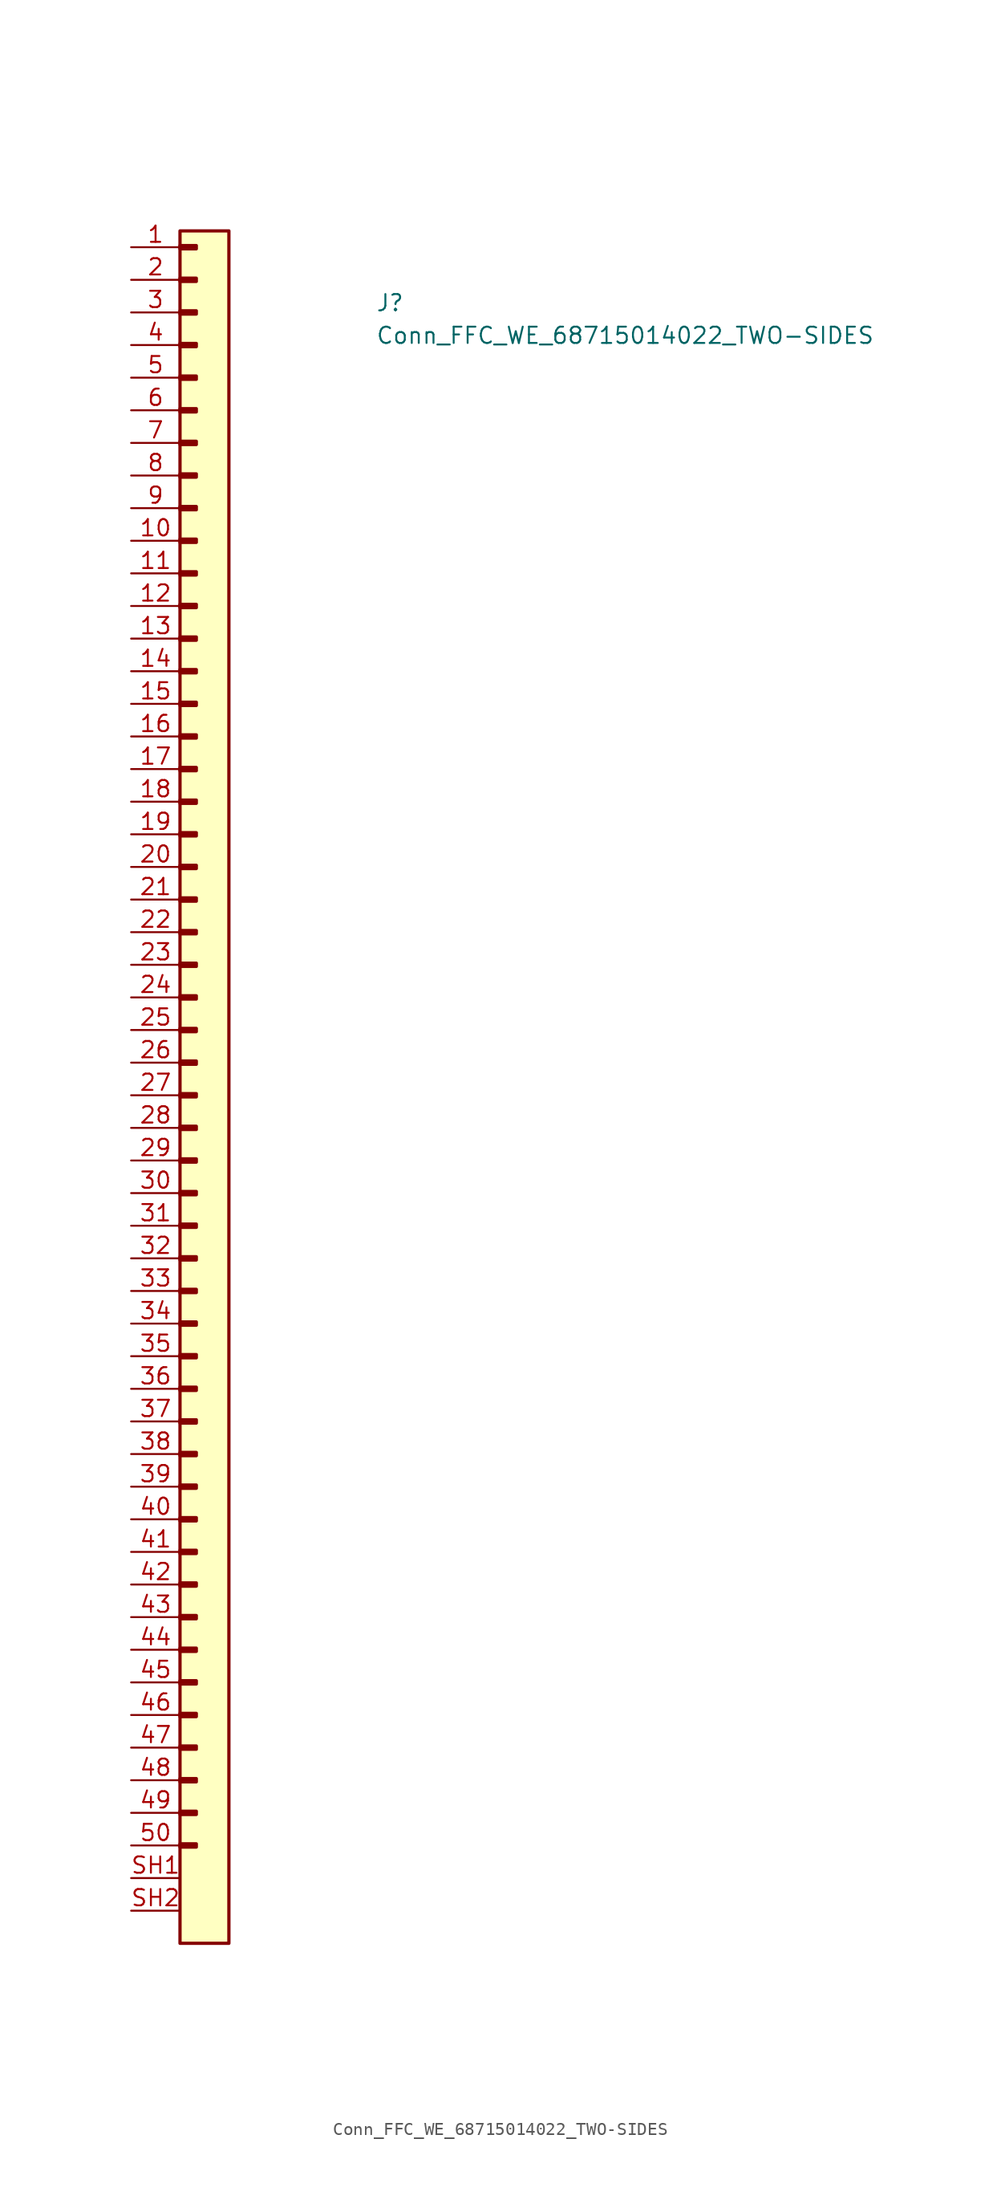
<source format=kicad_sym>
(kicad_symbol_lib
  (version 20211014)
  (generator kicad_symbol_editor)
  (symbol "Conn_FFC_WE_68715014022_TWO-SIDES"
    (pin_names hide)
    (property "Reference" "J"
      (at 19.05 -5.08 0)
      (effects (font (size 1.27 1.27) (thickness 0.15)) (justify left bottom)))
    (property "Value" "Conn_FFC_WE_68715014022_TWO-SIDES"
      (at 19.05 -7.62 0)
      (effects (font (size 1.27 1.27) (thickness 0.15)) (justify left bottom)))
    (symbol "Conn_FFC_WE_68715014022_TWO-SIDES_1_1"
      (rectangle (start 3.81 -124.333) (end 5.08 -124.587) (stroke (width 0.254) (type default) (color 0 0 0 0)) (fill (type background)))
      (rectangle (start 3.81 -121.793) (end 5.08 -122.047) (stroke (width 0.254) (type default) (color 0 0 0 0)) (fill (type background)))
      (rectangle (start 3.81 -119.253) (end 5.08 -119.507) (stroke (width 0.254) (type default) (color 0 0 0 0)) (fill (type background)))
      (rectangle (start 3.81 -116.713) (end 5.08 -116.967) (stroke (width 0.254) (type default) (color 0 0 0 0)) (fill (type background)))
      (rectangle (start 3.81 -114.173) (end 5.08 -114.427) (stroke (width 0.254) (type default) (color 0 0 0 0)) (fill (type background)))
      (rectangle (start 3.81 -111.633) (end 5.08 -111.887) (stroke (width 0.254) (type default) (color 0 0 0 0)) (fill (type background)))
      (rectangle (start 3.81 -109.093) (end 5.08 -109.347) (stroke (width 0.254) (type default) (color 0 0 0 0)) (fill (type background)))
      (rectangle (start 3.81 -106.553) (end 5.08 -106.807) (stroke (width 0.254) (type default) (color 0 0 0 0)) (fill (type background)))
      (rectangle (start 3.81 -104.013) (end 5.08 -104.267) (stroke (width 0.254) (type default) (color 0 0 0 0)) (fill (type background)))
      (rectangle (start 3.81 -101.473) (end 5.08 -101.727) (stroke (width 0.254) (type default) (color 0 0 0 0)) (fill (type background)))
      (rectangle (start 3.81 -98.933) (end 5.08 -99.187) (stroke (width 0.254) (type default) (color 0 0 0 0)) (fill (type background)))
      (rectangle (start 3.81 -96.393) (end 5.08 -96.647) (stroke (width 0.254) (type default) (color 0 0 0 0)) (fill (type background)))
      (rectangle (start 3.81 -93.853) (end 5.08 -94.107) (stroke (width 0.254) (type default) (color 0 0 0 0)) (fill (type background)))
      (rectangle (start 3.81 -91.313) (end 5.08 -91.567) (stroke (width 0.254) (type default) (color 0 0 0 0)) (fill (type background)))
      (rectangle (start 3.81 -88.773) (end 5.08 -89.027) (stroke (width 0.254) (type default) (color 0 0 0 0)) (fill (type background)))
      (rectangle (start 3.81 -86.233) (end 5.08 -86.487) (stroke (width 0.254) (type default) (color 0 0 0 0)) (fill (type background)))
      (rectangle (start 3.81 -83.693) (end 5.08 -83.947) (stroke (width 0.254) (type default) (color 0 0 0 0)) (fill (type background)))
      (rectangle (start 3.81 -81.153) (end 5.08 -81.407) (stroke (width 0.254) (type default) (color 0 0 0 0)) (fill (type background)))
      (rectangle (start 3.81 -78.613) (end 5.08 -78.867) (stroke (width 0.254) (type default) (color 0 0 0 0)) (fill (type background)))
      (rectangle (start 3.81 -76.073) (end 5.08 -76.327) (stroke (width 0.254) (type default) (color 0 0 0 0)) (fill (type background)))
      (rectangle (start 3.81 -73.533) (end 5.08 -73.787) (stroke (width 0.254) (type default) (color 0 0 0 0)) (fill (type background)))
      (rectangle (start 3.81 -70.993) (end 5.08 -71.247) (stroke (width 0.254) (type default) (color 0 0 0 0)) (fill (type background)))
      (rectangle (start 3.81 -68.453) (end 5.08 -68.707) (stroke (width 0.254) (type default) (color 0 0 0 0)) (fill (type background)))
      (rectangle (start 3.81 -65.913) (end 5.08 -66.167) (stroke (width 0.254) (type default) (color 0 0 0 0)) (fill (type background)))
      (rectangle (start 3.81 -63.373) (end 5.08 -63.627) (stroke (width 0.254) (type default) (color 0 0 0 0)) (fill (type background)))
      (rectangle (start 3.81 -60.833) (end 5.08 -61.087) (stroke (width 0.254) (type default) (color 0 0 0 0)) (fill (type background)))
      (rectangle (start 3.81 -58.293) (end 5.08 -58.547) (stroke (width 0.254) (type default) (color 0 0 0 0)) (fill (type background)))
      (rectangle (start 3.81 -55.753) (end 5.08 -56.007) (stroke (width 0.254) (type default) (color 0 0 0 0)) (fill (type background)))
      (rectangle (start 3.81 -53.213) (end 5.08 -53.467) (stroke (width 0.254) (type default) (color 0 0 0 0)) (fill (type background)))
      (rectangle (start 3.81 -50.673) (end 5.08 -50.927) (stroke (width 0.254) (type default) (color 0 0 0 0)) (fill (type background)))
      (rectangle (start 3.81 -48.133) (end 5.08 -48.387) (stroke (width 0.254) (type default) (color 0 0 0 0)) (fill (type background)))
      (rectangle (start 3.81 -45.593) (end 5.08 -45.847) (stroke (width 0.254) (type default) (color 0 0 0 0)) (fill (type background)))
      (rectangle (start 3.81 -43.053) (end 5.08 -43.307) (stroke (width 0.254) (type default) (color 0 0 0 0)) (fill (type background)))
      (rectangle (start 3.81 -40.513) (end 5.08 -40.767) (stroke (width 0.254) (type default) (color 0 0 0 0)) (fill (type background)))
      (rectangle (start 3.81 -37.973) (end 5.08 -38.227) (stroke (width 0.254) (type default) (color 0 0 0 0)) (fill (type background)))
      (rectangle (start 3.81 -35.433) (end 5.08 -35.687) (stroke (width 0.254) (type default) (color 0 0 0 0)) (fill (type background)))
      (rectangle (start 3.81 -32.893) (end 5.08 -33.147) (stroke (width 0.254) (type default) (color 0 0 0 0)) (fill (type background)))
      (rectangle (start 3.81 -30.353) (end 5.08 -30.607) (stroke (width 0.254) (type default) (color 0 0 0 0)) (fill (type background)))
      (rectangle (start 3.81 -27.813) (end 5.08 -28.067) (stroke (width 0.254) (type default) (color 0 0 0 0)) (fill (type background)))
      (rectangle (start 3.81 -25.273) (end 5.08 -25.527) (stroke (width 0.254) (type default) (color 0 0 0 0)) (fill (type background)))
      (rectangle (start 3.81 -22.733) (end 5.08 -22.987) (stroke (width 0.254) (type default) (color 0 0 0 0)) (fill (type background)))
      (rectangle (start 3.81 -20.193) (end 5.08 -20.447) (stroke (width 0.254) (type default) (color 0 0 0 0)) (fill (type background)))
      (rectangle (start 3.81 -17.653) (end 5.08 -17.907) (stroke (width 0.254) (type default) (color 0 0 0 0)) (fill (type background)))
      (rectangle (start 3.81 -15.113) (end 5.08 -15.367) (stroke (width 0.254) (type default) (color 0 0 0 0)) (fill (type background)))
      (rectangle (start 3.81 -12.573) (end 5.08 -12.827) (stroke (width 0.254) (type default) (color 0 0 0 0)) (fill (type background)))
      (rectangle (start 3.81 -10.033) (end 5.08 -10.287) (stroke (width 0.254) (type default) (color 0 0 0 0)) (fill (type background)))
      (rectangle (start 3.81 -7.493) (end 5.08 -7.747) (stroke (width 0.254) (type default) (color 0 0 0 0)) (fill (type background)))
      (rectangle (start 3.81 -4.953) (end 5.08 -5.207) (stroke (width 0.254) (type default) (color 0 0 0 0)) (fill (type background)))
      (rectangle (start 3.81 -2.413) (end 5.08 -2.667) (stroke (width 0.254) (type default) (color 0 0 0 0)) (fill (type background)))
      (rectangle (start 3.81 0.127) (end 5.08 -0.127) (stroke (width 0.254) (type default) (color 0 0 0 0)) (fill (type background)))
      (rectangle (start 3.81 1.27) (end 7.62 -132.08) (stroke (width 0.254) (type default) (color 0 0 0 0)) (fill (type background)))
      (pin passive line (at 0 0 0) (length 3.81) (name "~" (effects (font (size 1.27 1.27)))) (number "1" (effects (font (size 1.27 1.27)))))
      (pin passive line (at 0 -22.86 0) (length 3.81) (name "~" (effects (font (size 1.27 1.27)))) (number "10" (effects (font (size 1.27 1.27)))))
      (pin passive line (at 0 -25.4 0) (length 3.81) (name "~" (effects (font (size 1.27 1.27)))) (number "11" (effects (font (size 1.27 1.27)))))
      (pin passive line (at 0 -27.94 0) (length 3.81) (name "~" (effects (font (size 1.27 1.27)))) (number "12" (effects (font (size 1.27 1.27)))))
      (pin passive line (at 0 -30.48 0) (length 3.81) (name "~" (effects (font (size 1.27 1.27)))) (number "13" (effects (font (size 1.27 1.27)))))
      (pin passive line (at 0 -33.02 0) (length 3.81) (name "~" (effects (font (size 1.27 1.27)))) (number "14" (effects (font (size 1.27 1.27)))))
      (pin passive line (at 0 -35.56 0) (length 3.81) (name "~" (effects (font (size 1.27 1.27)))) (number "15" (effects (font (size 1.27 1.27)))))
      (pin passive line (at 0 -38.1 0) (length 3.81) (name "~" (effects (font (size 1.27 1.27)))) (number "16" (effects (font (size 1.27 1.27)))))
      (pin passive line (at 0 -40.64 0) (length 3.81) (name "~" (effects (font (size 1.27 1.27)))) (number "17" (effects (font (size 1.27 1.27)))))
      (pin passive line (at 0 -43.18 0) (length 3.81) (name "~" (effects (font (size 1.27 1.27)))) (number "18" (effects (font (size 1.27 1.27)))))
      (pin passive line (at 0 -45.72 0) (length 3.81) (name "~" (effects (font (size 1.27 1.27)))) (number "19" (effects (font (size 1.27 1.27)))))
      (pin passive line (at 0 -2.54 0) (length 3.81) (name "~" (effects (font (size 1.27 1.27)))) (number "2" (effects (font (size 1.27 1.27)))))
      (pin passive line (at 0 -48.26 0) (length 3.81) (name "~" (effects (font (size 1.27 1.27)))) (number "20" (effects (font (size 1.27 1.27)))))
      (pin passive line (at 0 -50.8 0) (length 3.81) (name "~" (effects (font (size 1.27 1.27)))) (number "21" (effects (font (size 1.27 1.27)))))
      (pin passive line (at 0 -53.34 0) (length 3.81) (name "~" (effects (font (size 1.27 1.27)))) (number "22" (effects (font (size 1.27 1.27)))))
      (pin passive line (at 0 -55.88 0) (length 3.81) (name "~" (effects (font (size 1.27 1.27)))) (number "23" (effects (font (size 1.27 1.27)))))
      (pin passive line (at 0 -58.42 0) (length 3.81) (name "~" (effects (font (size 1.27 1.27)))) (number "24" (effects (font (size 1.27 1.27)))))
      (pin passive line (at 0 -60.96 0) (length 3.81) (name "~" (effects (font (size 1.27 1.27)))) (number "25" (effects (font (size 1.27 1.27)))))
      (pin passive line (at 0 -63.5 0) (length 3.81) (name "~" (effects (font (size 1.27 1.27)))) (number "26" (effects (font (size 1.27 1.27)))))
      (pin passive line (at 0 -66.04 0) (length 3.81) (name "~" (effects (font (size 1.27 1.27)))) (number "27" (effects (font (size 1.27 1.27)))))
      (pin passive line (at 0 -68.58 0) (length 3.81) (name "~" (effects (font (size 1.27 1.27)))) (number "28" (effects (font (size 1.27 1.27)))))
      (pin passive line (at 0 -71.12 0) (length 3.81) (name "~" (effects (font (size 1.27 1.27)))) (number "29" (effects (font (size 1.27 1.27)))))
      (pin passive line (at 0 -5.08 0) (length 3.81) (name "~" (effects (font (size 1.27 1.27)))) (number "3" (effects (font (size 1.27 1.27)))))
      (pin passive line (at 0 -73.66 0) (length 3.81) (name "~" (effects (font (size 1.27 1.27)))) (number "30" (effects (font (size 1.27 1.27)))))
      (pin passive line (at 0 -76.2 0) (length 3.81) (name "~" (effects (font (size 1.27 1.27)))) (number "31" (effects (font (size 1.27 1.27)))))
      (pin passive line (at 0 -78.74 0) (length 3.81) (name "~" (effects (font (size 1.27 1.27)))) (number "32" (effects (font (size 1.27 1.27)))))
      (pin passive line (at 0 -81.28 0) (length 3.81) (name "~" (effects (font (size 1.27 1.27)))) (number "33" (effects (font (size 1.27 1.27)))))
      (pin passive line (at 0 -83.82 0) (length 3.81) (name "~" (effects (font (size 1.27 1.27)))) (number "34" (effects (font (size 1.27 1.27)))))
      (pin passive line (at 0 -86.36 0) (length 3.81) (name "~" (effects (font (size 1.27 1.27)))) (number "35" (effects (font (size 1.27 1.27)))))
      (pin passive line (at 0 -88.9 0) (length 3.81) (name "~" (effects (font (size 1.27 1.27)))) (number "36" (effects (font (size 1.27 1.27)))))
      (pin passive line (at 0 -91.44 0) (length 3.81) (name "~" (effects (font (size 1.27 1.27)))) (number "37" (effects (font (size 1.27 1.27)))))
      (pin passive line (at 0 -93.98 0) (length 3.81) (name "~" (effects (font (size 1.27 1.27)))) (number "38" (effects (font (size 1.27 1.27)))))
      (pin passive line (at 0 -96.52 0) (length 3.81) (name "~" (effects (font (size 1.27 1.27)))) (number "39" (effects (font (size 1.27 1.27)))))
      (pin passive line (at 0 -7.62 0) (length 3.81) (name "~" (effects (font (size 1.27 1.27)))) (number "4" (effects (font (size 1.27 1.27)))))
      (pin passive line (at 0 -99.06 0) (length 3.81) (name "~" (effects (font (size 1.27 1.27)))) (number "40" (effects (font (size 1.27 1.27)))))
      (pin passive line (at 0 -101.6 0) (length 3.81) (name "~" (effects (font (size 1.27 1.27)))) (number "41" (effects (font (size 1.27 1.27)))))
      (pin passive line (at 0 -104.14 0) (length 3.81) (name "~" (effects (font (size 1.27 1.27)))) (number "42" (effects (font (size 1.27 1.27)))))
      (pin passive line (at 0 -106.68 0) (length 3.81) (name "~" (effects (font (size 1.27 1.27)))) (number "43" (effects (font (size 1.27 1.27)))))
      (pin passive line (at 0 -109.22 0) (length 3.81) (name "~" (effects (font (size 1.27 1.27)))) (number "44" (effects (font (size 1.27 1.27)))))
      (pin passive line (at 0 -111.76 0) (length 3.81) (name "~" (effects (font (size 1.27 1.27)))) (number "45" (effects (font (size 1.27 1.27)))))
      (pin passive line (at 0 -114.3 0) (length 3.81) (name "~" (effects (font (size 1.27 1.27)))) (number "46" (effects (font (size 1.27 1.27)))))
      (pin passive line (at 0 -116.84 0) (length 3.81) (name "~" (effects (font (size 1.27 1.27)))) (number "47" (effects (font (size 1.27 1.27)))))
      (pin passive line (at 0 -119.38 0) (length 3.81) (name "~" (effects (font (size 1.27 1.27)))) (number "48" (effects (font (size 1.27 1.27)))))
      (pin passive line (at 0 -121.92 0) (length 3.81) (name "~" (effects (font (size 1.27 1.27)))) (number "49" (effects (font (size 1.27 1.27)))))
      (pin passive line (at 0 -10.16 0) (length 3.81) (name "~" (effects (font (size 1.27 1.27)))) (number "5" (effects (font (size 1.27 1.27)))))
      (pin passive line (at 0 -124.46 0) (length 3.81) (name "~" (effects (font (size 1.27 1.27)))) (number "50" (effects (font (size 1.27 1.27)))))
      (pin passive line (at 0 -12.7 0) (length 3.81) (name "~" (effects (font (size 1.27 1.27)))) (number "6" (effects (font (size 1.27 1.27)))))
      (pin passive line (at 0 -15.24 0) (length 3.81) (name "~" (effects (font (size 1.27 1.27)))) (number "7" (effects (font (size 1.27 1.27)))))
      (pin passive line (at 0 -17.78 0) (length 3.81) (name "~" (effects (font (size 1.27 1.27)))) (number "8" (effects (font (size 1.27 1.27)))))
      (pin passive line (at 0 -20.32 0) (length 3.81) (name "~" (effects (font (size 1.27 1.27)))) (number "9" (effects (font (size 1.27 1.27)))))
      (pin passive line (at 0 -127 0) (length 3.81) (name "SH" (effects (font (size 1.27 1.27)))) (number "SH1" (effects (font (size 1.27 1.27)))))
      (pin passive line (at 0 -129.54 0) (length 3.81) (name "SH" (effects (font (size 1.27 1.27)))) (number "SH2" (effects (font (size 1.27 1.27))))))))
</source>
